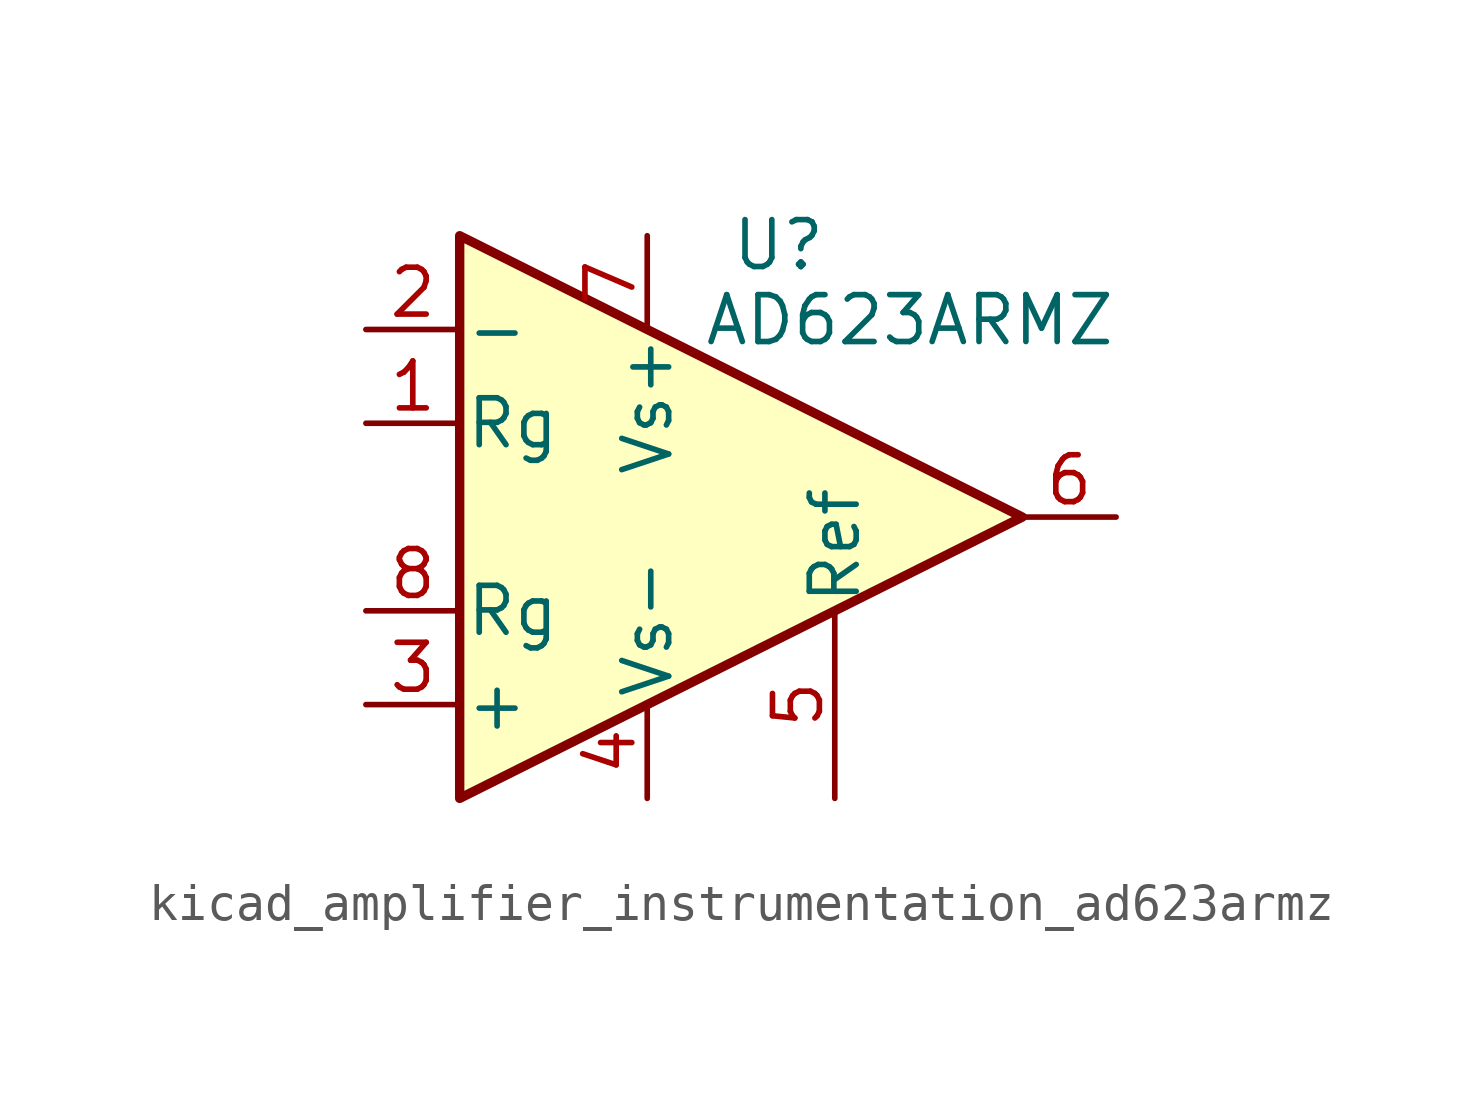
<source format=kicad_sym>
(kicad_symbol_lib
  (version 20220914)
  (generator kicad_symbol_editor)
  (symbol "kicad_amplifier_instrumentation_ad623armz"
    (pin_names
      (offset 0.127))
    (property "Reference" "U"
      (at 3.556 7.366 0)
      (effects (font (size 1.27 1.27))))
    (property "Value" "AD623ARMZ"
      (at 7.112 5.334 0)
      (effects (font (size 1.27 1.27))))
    (symbol "kicad_amplifier_instrumentation_ad623armz_0_1"
      (polyline (pts (xy -5.08 7.62) (xy -5.08 -7.62) (xy 10.16 0) (xy -5.08 7.62)) (stroke (width 0.254) (type default)) (fill (type background))))
    (symbol "kicad_amplifier_instrumentation_ad623armz_1_1"
      (pin passive line (at -7.62 2.54 0) (length 2.54) (name "Rg" (effects (font (size 1.27 1.27)))) (number "1" (effects (font (size 1.27 1.27)))))
      (pin input line (at -7.62 5.08 0) (length 2.54) (name "-" (effects (font (size 1.27 1.27)))) (number "2" (effects (font (size 1.27 1.27)))))
      (pin input line (at -7.62 -5.08 0) (length 2.54) (name "+" (effects (font (size 1.27 1.27)))) (number "3" (effects (font (size 1.27 1.27)))))
      (pin power_in line (at 0 -7.62 90) (length 2.54) (name "Vs-" (effects (font (size 1.27 1.27)))) (number "4" (effects (font (size 1.27 1.27)))))
      (pin passive line (at 5.08 -7.62 90) (length 5.08) (name "Ref" (effects (font (size 1.27 1.27)))) (number "5" (effects (font (size 1.27 1.27)))))
      (pin output line (at 12.7 0 180) (length 2.54) (name "~" (effects (font (size 1.27 1.27)))) (number "6" (effects (font (size 1.27 1.27)))))
      (pin power_in line (at 0 7.62 270) (length 2.54) (name "Vs+" (effects (font (size 1.27 1.27)))) (number "7" (effects (font (size 1.27 1.27)))))
      (pin passive line (at -7.62 -2.54 0) (length 2.54) (name "Rg" (effects (font (size 1.27 1.27)))) (number "8" (effects (font (size 1.27 1.27))))))))
</source>
